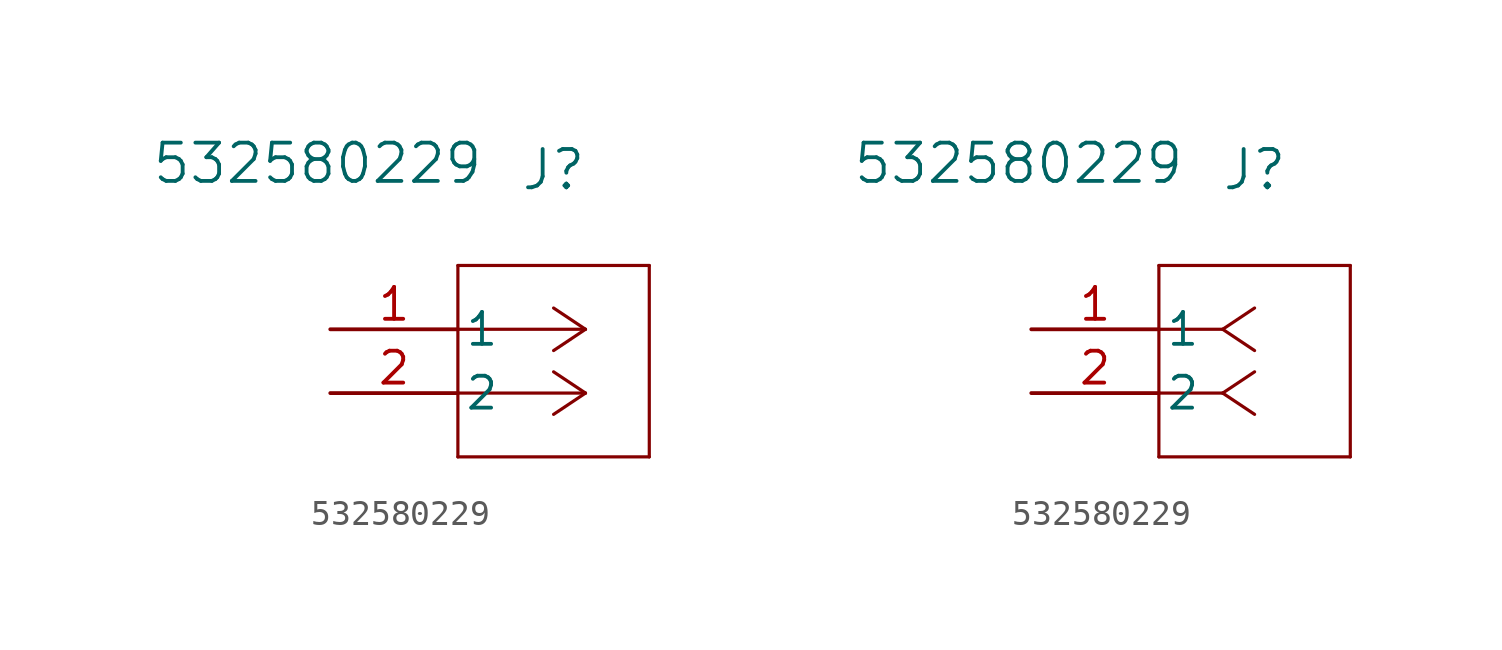
<source format=kicad_sym>
(kicad_symbol_lib
  (version 20231120)
  (generator "kicad_symbol_editor")
  (generator_version "8.0")
  (symbol "532580229"
    (pin_names
      (offset 0.254))
    (property "Reference" "J"
      (at 8.89 6.35 0)
      (effects (font (size 1.524 1.524))))
    (property "Value" "532580229"
      (at -0.508 6.604 0)
      (effects (font (size 1.524 1.524))))
    (property "ki_locked" ""
      (at 0 0 0)
      (effects (font (size 1.27 1.27))))
    (symbol "532580229_1_1"
      (polyline (pts (xy 5.08 -5.08) (xy 12.7 -5.08)) (stroke (width 0.127) (type default)) (fill (type none)))
      (polyline (pts (xy 5.08 2.54) (xy 5.08 -5.08)) (stroke (width 0.127) (type default)) (fill (type none)))
      (polyline (pts (xy 10.16 -2.54) (xy 5.08 -2.54)) (stroke (width 0.127) (type default)) (fill (type none)))
      (polyline (pts (xy 10.16 -2.54) (xy 8.89 -3.387)) (stroke (width 0.127) (type default)) (fill (type none)))
      (polyline (pts (xy 10.16 -2.54) (xy 8.89 -1.693)) (stroke (width 0.127) (type default)) (fill (type none)))
      (polyline (pts (xy 10.16 0) (xy 5.08 0)) (stroke (width 0.127) (type default)) (fill (type none)))
      (polyline (pts (xy 10.16 0) (xy 8.89 -0.847)) (stroke (width 0.127) (type default)) (fill (type none)))
      (polyline (pts (xy 10.16 0) (xy 8.89 0.847)) (stroke (width 0.127) (type default)) (fill (type none)))
      (polyline (pts (xy 12.7 -5.08) (xy 12.7 2.54)) (stroke (width 0.127) (type default)) (fill (type none)))
      (polyline (pts (xy 12.7 2.54) (xy 5.08 2.54)) (stroke (width 0.127) (type default)) (fill (type none)))
      (pin unspecified line (at 0 0 0) (length 5.08) (name "1" (effects (font (size 1.27 1.27)))) (number "1" (effects (font (size 1.27 1.27)))))
      (pin unspecified line (at 0 -2.54 0) (length 5.08) (name "2" (effects (font (size 1.27 1.27)))) (number "2" (effects (font (size 1.27 1.27))))))
    (symbol "532580229_1_2"
      (polyline (pts (xy 5.08 -5.08) (xy 12.7 -5.08)) (stroke (width 0.127) (type default)) (fill (type none)))
      (polyline (pts (xy 5.08 2.54) (xy 5.08 -5.08)) (stroke (width 0.127) (type default)) (fill (type none)))
      (polyline (pts (xy 7.62 -2.54) (xy 5.08 -2.54)) (stroke (width 0.127) (type default)) (fill (type none)))
      (polyline (pts (xy 7.62 -2.54) (xy 8.89 -3.387)) (stroke (width 0.127) (type default)) (fill (type none)))
      (polyline (pts (xy 7.62 -2.54) (xy 8.89 -1.693)) (stroke (width 0.127) (type default)) (fill (type none)))
      (polyline (pts (xy 7.62 0) (xy 5.08 0)) (stroke (width 0.127) (type default)) (fill (type none)))
      (polyline (pts (xy 7.62 0) (xy 8.89 -0.847)) (stroke (width 0.127) (type default)) (fill (type none)))
      (polyline (pts (xy 7.62 0) (xy 8.89 0.847)) (stroke (width 0.127) (type default)) (fill (type none)))
      (polyline (pts (xy 12.7 -5.08) (xy 12.7 2.54)) (stroke (width 0.127) (type default)) (fill (type none)))
      (polyline (pts (xy 12.7 2.54) (xy 5.08 2.54)) (stroke (width 0.127) (type default)) (fill (type none)))
      (pin unspecified line (at 0 0 0) (length 5.08) (name "1" (effects (font (size 1.27 1.27)))) (number "1" (effects (font (size 1.27 1.27)))))
      (pin unspecified line (at 0 -2.54 0) (length 5.08) (name "2" (effects (font (size 1.27 1.27)))) (number "2" (effects (font (size 1.27 1.27))))))))
</source>
